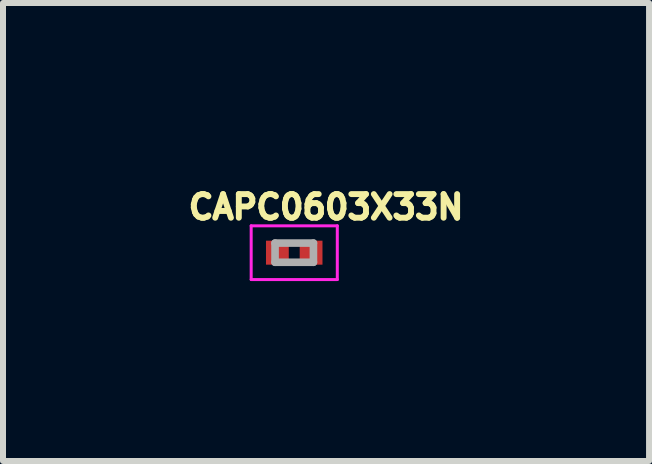
<source format=kicad_pcb>
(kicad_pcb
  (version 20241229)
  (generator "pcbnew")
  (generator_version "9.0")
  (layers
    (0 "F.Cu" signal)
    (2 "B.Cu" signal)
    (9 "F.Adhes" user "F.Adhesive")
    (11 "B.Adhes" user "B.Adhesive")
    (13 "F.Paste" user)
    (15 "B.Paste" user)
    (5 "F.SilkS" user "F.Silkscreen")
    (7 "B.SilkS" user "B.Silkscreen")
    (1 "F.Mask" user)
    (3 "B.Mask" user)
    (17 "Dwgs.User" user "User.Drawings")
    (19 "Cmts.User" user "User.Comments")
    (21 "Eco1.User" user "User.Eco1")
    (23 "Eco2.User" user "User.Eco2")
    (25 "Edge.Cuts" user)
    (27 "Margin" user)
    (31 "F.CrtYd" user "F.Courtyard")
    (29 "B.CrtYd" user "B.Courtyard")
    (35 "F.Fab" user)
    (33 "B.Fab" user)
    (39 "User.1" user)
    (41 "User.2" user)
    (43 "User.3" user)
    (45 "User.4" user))
  (footprint "CAPC0603X33N"
    (layer "F.Cu")
    (at 1.856 1.163)
    (property "Reference" "CAPC0603X33N" (at 0.53 -0.76 0) (layer "F.SilkS") (effects (font (size 0.394 0.394) (thickness 0.15))))
    (attr smd)
    (fp_line (start -0.718 -0.448) (end 0.718 -0.448) (stroke (width 0.05) (type solid)) (layer "F.CrtYd"))
    (fp_line (start -0.718 0.448) (end -0.718 -0.448) (stroke (width 0.05) (type solid)) (layer "F.CrtYd"))
    (fp_line (start -0.718 0.448) (end 0.718 0.448) (stroke (width 0.05) (type solid)) (layer "F.CrtYd"))
    (fp_line (start 0.718 0.448) (end 0.718 -0.448) (stroke (width 0.05) (type solid)) (layer "F.CrtYd"))
    (fp_line (start -0.32 0.16) (end -0.32 -0.16) (stroke (width 0.127) (type solid)) (layer "F.Fab"))
    (fp_line (start 0.32 -0.16) (end -0.32 -0.16) (stroke (width 0.127) (type solid)) (layer "F.Fab"))
    (fp_line (start 0.32 0.16) (end -0.32 0.16) (stroke (width 0.127) (type solid)) (layer "F.Fab"))
    (fp_line (start 0.32 0.16) (end 0.32 -0.16) (stroke (width 0.127) (type solid)) (layer "F.Fab"))
    (pad "1" smd rect (at -0.281 0) (size 0.38 0.4) (layers "F.Cu" "F.Mask" "F.Paste"))
    (pad "2" smd rect (at 0.281 0) (size 0.38 0.4) (layers "F.Cu" "F.Mask" "F.Paste")))
  (gr_rect
    (start -3 -3)
    (end 7.772 4.636)
    (stroke (width 0.1) (type default))
    (fill no)
    (layer "Edge.Cuts")))
</source>
